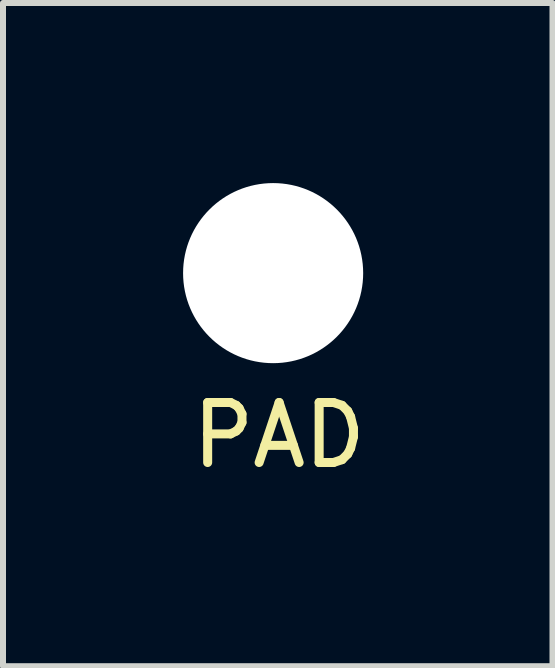
<source format=kicad_pcb>
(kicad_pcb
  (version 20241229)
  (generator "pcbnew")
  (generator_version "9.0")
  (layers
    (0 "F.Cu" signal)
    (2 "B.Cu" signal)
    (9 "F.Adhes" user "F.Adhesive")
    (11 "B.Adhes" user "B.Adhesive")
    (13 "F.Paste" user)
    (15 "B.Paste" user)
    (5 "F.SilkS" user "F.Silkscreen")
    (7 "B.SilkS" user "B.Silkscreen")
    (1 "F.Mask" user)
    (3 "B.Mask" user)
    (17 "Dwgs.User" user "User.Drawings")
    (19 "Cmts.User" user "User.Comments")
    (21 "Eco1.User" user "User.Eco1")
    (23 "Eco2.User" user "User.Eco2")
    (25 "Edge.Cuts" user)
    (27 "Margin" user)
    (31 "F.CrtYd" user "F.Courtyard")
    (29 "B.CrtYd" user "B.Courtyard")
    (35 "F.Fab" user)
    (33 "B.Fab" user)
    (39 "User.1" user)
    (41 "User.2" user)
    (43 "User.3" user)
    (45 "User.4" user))
  (footprint "PAD"
    (layer "F.Cu")
    (at 1.5 1.5)
    (property "Reference" "PAD" (at 0.1 2.7 0) (layer "F.SilkS") (effects (font (size 1 1) (thickness 0.15))))
    (attr through_hole)
    (pad "" np_thru_hole circle (at 0 0) (size 3 3) (drill 3) (layers "*.Cu" "*.Mask")))
  (gr_rect
    (start -3 -3)
    (end 6.154 8.048)
    (stroke (width 0.1) (type default))
    (fill no)
    (layer "Edge.Cuts")))
</source>
